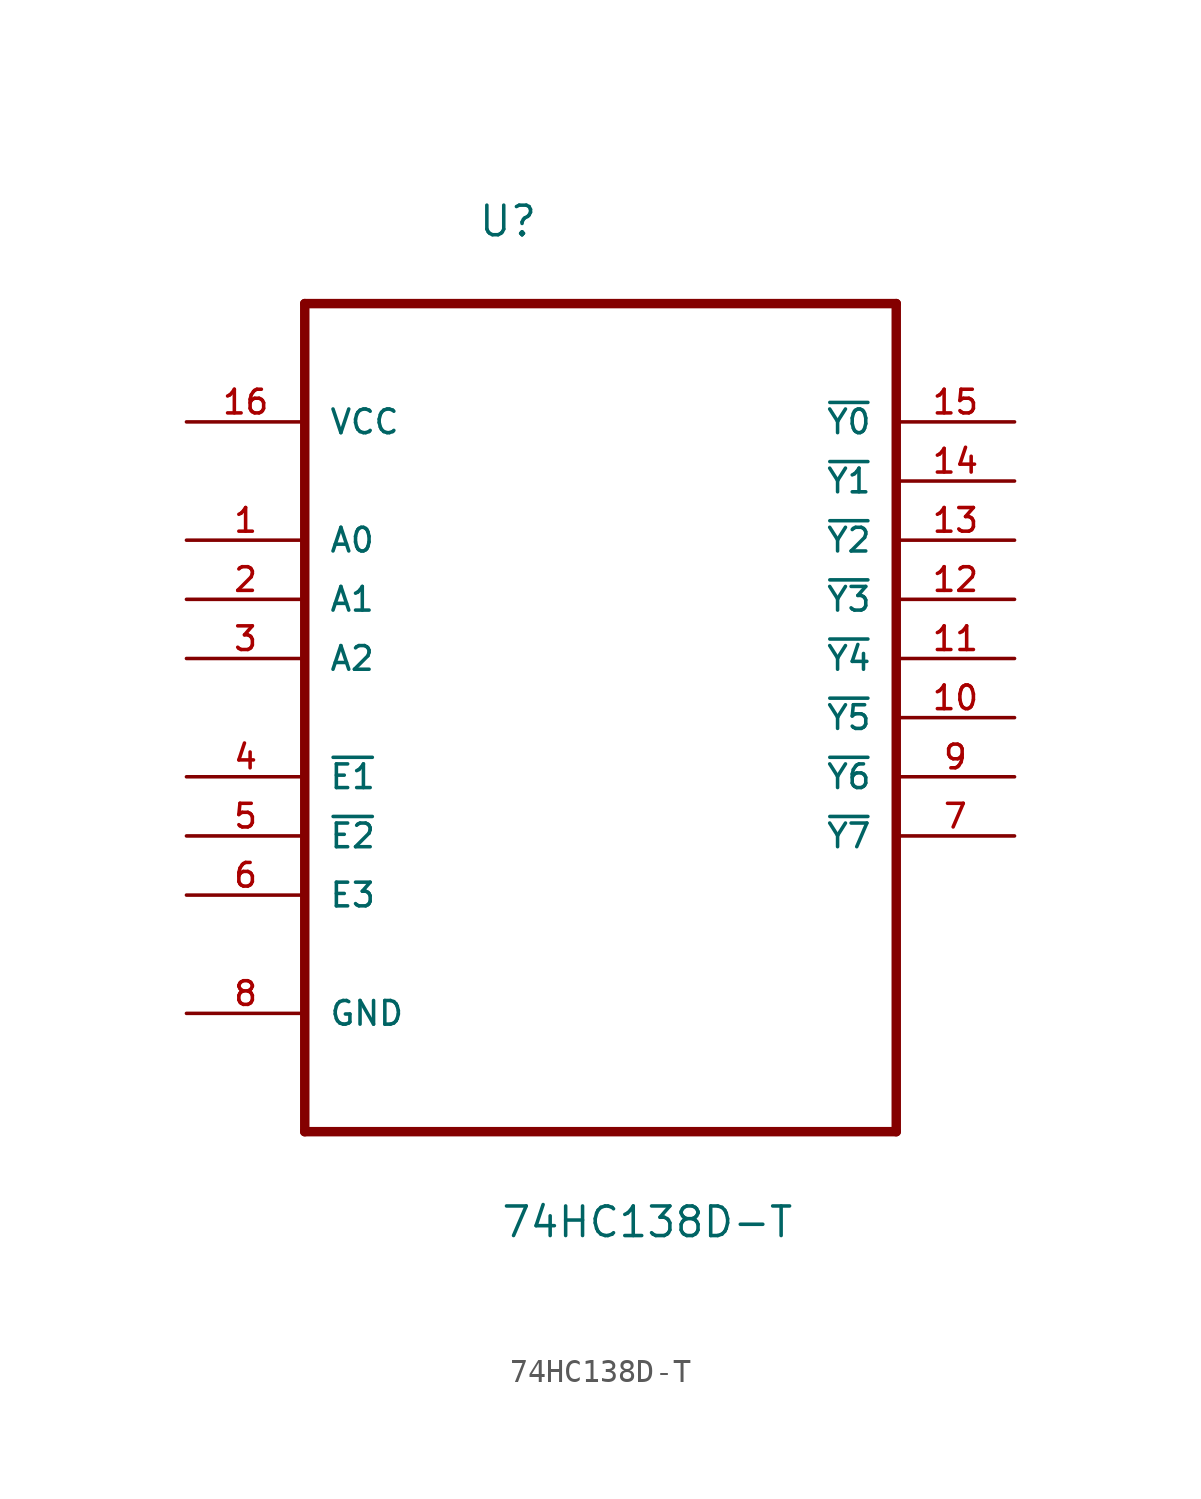
<source format=kicad_sym>
(kicad_symbol_lib
  (version 20220914)
  (generator kicad_symbol_editor)
  (symbol "74HC138D-T"
    (pin_names
      (offset 1.016))
    (property "Reference" "U"
      (at -5.283 18.034 0)
      (effects (font (size 1.27 1.27)) (justify left bottom)))
    (property "Value" "74HC138D-T"
      (at -4.318 -24.943 0)
      (effects (font (size 1.27 1.27)) (justify left bottom)))
    (property "ki_locked" ""
      (at 0 0 0)
      (effects (font (size 1.27 1.27))))
    (symbol "74HC138D-T_0_0"
      (polyline (pts (xy -12.7 -20.32) (xy 12.7 -20.32)) (stroke (width 0.406) (type solid)) (fill (type none)))
      (polyline (pts (xy -12.7 15.24) (xy -12.7 -20.32)) (stroke (width 0.406) (type solid)) (fill (type none)))
      (polyline (pts (xy 12.7 -20.32) (xy 12.7 15.24)) (stroke (width 0.406) (type solid)) (fill (type none)))
      (polyline (pts (xy 12.7 15.24) (xy -12.7 15.24)) (stroke (width 0.406) (type solid)) (fill (type none)))
      (pin input line (at -17.78 5.08 0) (length 5.08) (name "A0" (effects (font (size 1.016 1.016)))) (number "1" (effects (font (size 1.016 1.016)))))
      (pin output line (at 17.78 -2.54 180) (length 5.08) (name "~{Y5}" (effects (font (size 1.016 1.016)))) (number "10" (effects (font (size 1.016 1.016)))))
      (pin output line (at 17.78 0 180) (length 5.08) (name "~{Y4}" (effects (font (size 1.016 1.016)))) (number "11" (effects (font (size 1.016 1.016)))))
      (pin output line (at 17.78 2.54 180) (length 5.08) (name "~{Y3}" (effects (font (size 1.016 1.016)))) (number "12" (effects (font (size 1.016 1.016)))))
      (pin output line (at 17.78 5.08 180) (length 5.08) (name "~{Y2}" (effects (font (size 1.016 1.016)))) (number "13" (effects (font (size 1.016 1.016)))))
      (pin output line (at 17.78 7.62 180) (length 5.08) (name "~{Y1}" (effects (font (size 1.016 1.016)))) (number "14" (effects (font (size 1.016 1.016)))))
      (pin output line (at 17.78 10.16 180) (length 5.08) (name "~{Y0}" (effects (font (size 1.016 1.016)))) (number "15" (effects (font (size 1.016 1.016)))))
      (pin power_in line (at -17.78 10.16 0) (length 5.08) (name "VCC" (effects (font (size 1.016 1.016)))) (number "16" (effects (font (size 1.016 1.016)))))
      (pin input line (at -17.78 2.54 0) (length 5.08) (name "A1" (effects (font (size 1.016 1.016)))) (number "2" (effects (font (size 1.016 1.016)))))
      (pin input line (at -17.78 0 0) (length 5.08) (name "A2" (effects (font (size 1.016 1.016)))) (number "3" (effects (font (size 1.016 1.016)))))
      (pin input line (at -17.78 -5.08 0) (length 5.08) (name "~{E1}" (effects (font (size 1.016 1.016)))) (number "4" (effects (font (size 1.016 1.016)))))
      (pin input line (at -17.78 -7.62 0) (length 5.08) (name "~{E2}" (effects (font (size 1.016 1.016)))) (number "5" (effects (font (size 1.016 1.016)))))
      (pin input line (at -17.78 -10.16 0) (length 5.08) (name "E3" (effects (font (size 1.016 1.016)))) (number "6" (effects (font (size 1.016 1.016)))))
      (pin output line (at 17.78 -7.62 180) (length 5.08) (name "~{Y7}" (effects (font (size 1.016 1.016)))) (number "7" (effects (font (size 1.016 1.016)))))
      (pin passive line (at -17.78 -15.24 0) (length 5.08) (name "GND" (effects (font (size 1.016 1.016)))) (number "8" (effects (font (size 1.016 1.016)))))
      (pin output line (at 17.78 -5.08 180) (length 5.08) (name "~{Y6}" (effects (font (size 1.016 1.016)))) (number "9" (effects (font (size 1.016 1.016))))))))
</source>
